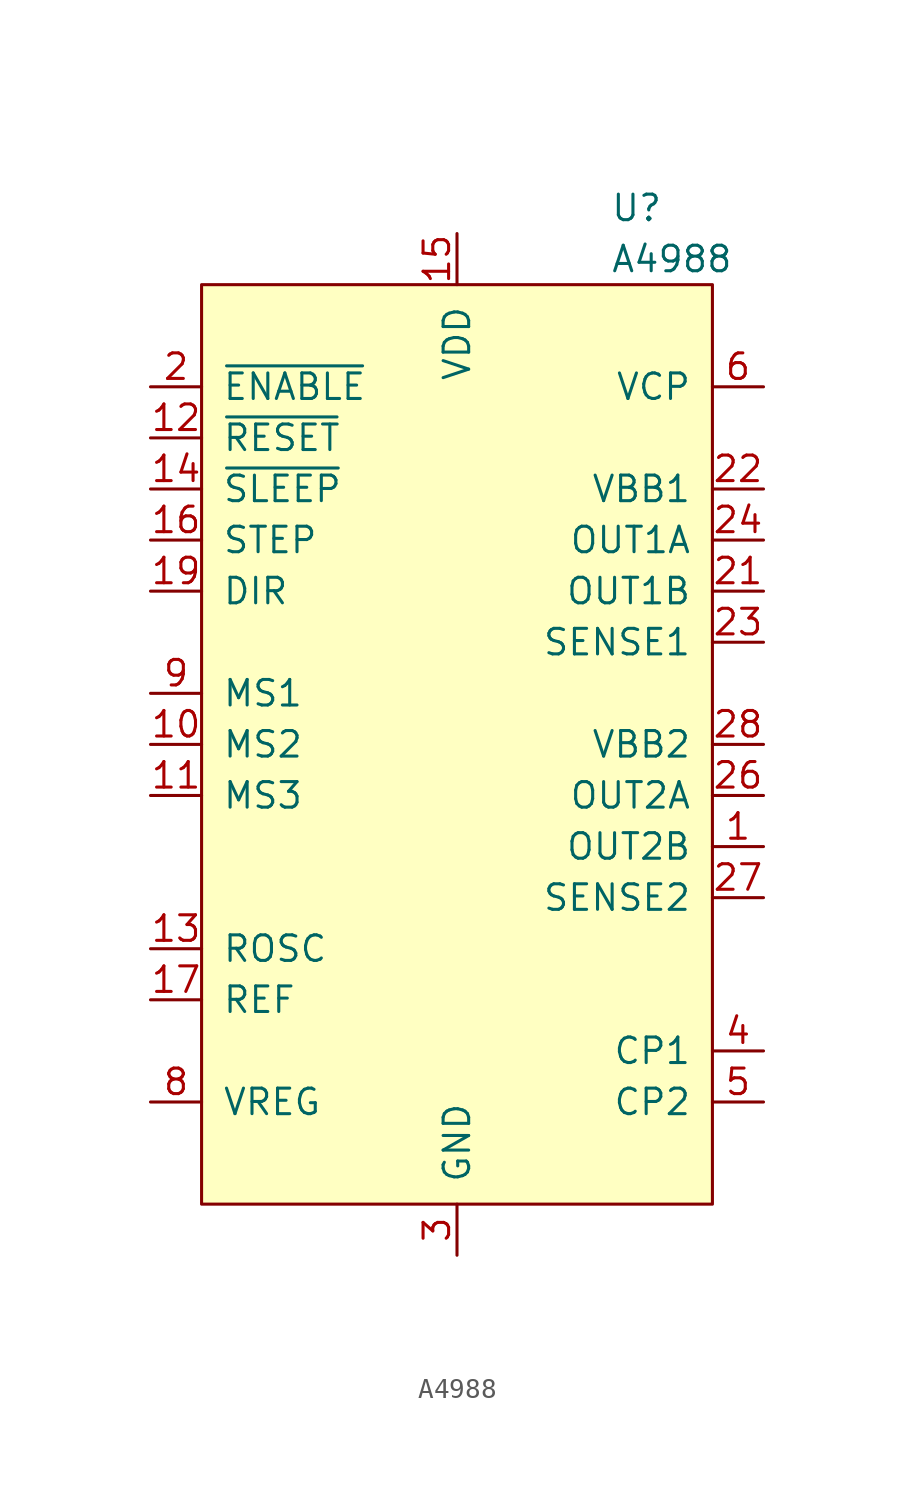
<source format=kicad_sym>
(kicad_symbol_lib
  (version 20241209)
  (generator "kicad_symbol_editor")
  (generator_version "9.0")
  (symbol "A4988"
    (pin_names
      (offset 1.016))
    (property "Reference" "U"
      (at 7.62 26.67 0)
      (effects (font (size 1.27 1.27)) (justify left)))
    (property "Value" "A4988"
      (at 7.62 24.13 0)
      (effects (font (size 1.27 1.27)) (justify left)))
    (symbol "A4988_0_1"
      (rectangle (start -12.7 22.86) (end 12.7 -22.86) (stroke (width 0) (type default)) (fill (type background))))
    (symbol "A4988_1_0"
      (pin input line (at -15.24 15.24 0) (length 2.54) (name "~{RESET}" (effects (font (size 1.27 1.27)))) (number "12" (effects (font (size 1.27 1.27)))))
      (pin input line (at -15.24 12.7 0) (length 2.54) (name "~{SLEEP}" (effects (font (size 1.27 1.27)))) (number "14" (effects (font (size 1.27 1.27)))))
      (pin input line (at -15.24 10.16 0) (length 2.54) (name "STEP" (effects (font (size 1.27 1.27)))) (number "16" (effects (font (size 1.27 1.27)))))
      (pin input line (at -15.24 7.62 0) (length 2.54) (name "DIR" (effects (font (size 1.27 1.27)))) (number "19" (effects (font (size 1.27 1.27)))))
      (pin input line (at -15.24 0 0) (length 2.54) (name "MS2" (effects (font (size 1.27 1.27)))) (number "10" (effects (font (size 1.27 1.27)))))
      (pin input line (at -15.24 -2.54 0) (length 2.54) (name "MS3" (effects (font (size 1.27 1.27)))) (number "11" (effects (font (size 1.27 1.27)))))
      (pin input line (at -15.24 -10.16 0) (length 2.54) (name "ROSC" (effects (font (size 1.27 1.27)))) (number "13" (effects (font (size 1.27 1.27)))))
      (pin input line (at -15.24 -12.7 0) (length 2.54) (name "REF" (effects (font (size 1.27 1.27)))) (number "17" (effects (font (size 1.27 1.27)))))
      (pin power_in line (at 0 25.4 270) (length 2.54) (name "VDD" (effects (font (size 1.27 1.27)))) (number "15" (effects (font (size 1.27 1.27)))))
      (pin power_in line (at 0 -25.4 90) (length 2.54) (hide yes) (name "GND" (effects (font (size 1.27 1.27)))) (number "18" (effects (font (size 1.27 1.27)))))
      (pin power_in line (at 0 -25.4 90) (length 2.54) (hide yes) (name "GND" (effects (font (size 1.27 1.27)))) (number "29" (effects (font (size 1.27 1.27)))))
      (pin no_connect line (at 5.08 -25.4 90) (length 2.54) (hide yes) (name "NC" (effects (font (size 1.27 1.27)))) (number "20" (effects (font (size 1.27 1.27)))))
      (pin no_connect line (at 5.08 -25.4 90) (length 2.54) (hide yes) (name "NC" (effects (font (size 1.27 1.27)))) (number "25" (effects (font (size 1.27 1.27)))))
      (pin no_connect line (at 5.08 -25.4 90) (length 2.54) (hide yes) (name "NC" (effects (font (size 1.27 1.27)))) (number "7" (effects (font (size 1.27 1.27)))))
      (pin power_in line (at 15.24 12.7 180) (length 2.54) (name "VBB1" (effects (font (size 1.27 1.27)))) (number "22" (effects (font (size 1.27 1.27)))))
      (pin power_out line (at 15.24 10.16 180) (length 2.54) (name "OUT1A" (effects (font (size 1.27 1.27)))) (number "24" (effects (font (size 1.27 1.27)))))
      (pin power_out line (at 15.24 7.62 180) (length 2.54) (name "OUT1B" (effects (font (size 1.27 1.27)))) (number "21" (effects (font (size 1.27 1.27)))))
      (pin input line (at 15.24 5.08 180) (length 2.54) (name "SENSE1" (effects (font (size 1.27 1.27)))) (number "23" (effects (font (size 1.27 1.27)))))
      (pin power_in line (at 15.24 0 180) (length 2.54) (name "VBB2" (effects (font (size 1.27 1.27)))) (number "28" (effects (font (size 1.27 1.27)))))
      (pin power_out line (at 15.24 -2.54 180) (length 2.54) (name "OUT2A" (effects (font (size 1.27 1.27)))) (number "26" (effects (font (size 1.27 1.27)))))
      (pin input line (at 15.24 -7.62 180) (length 2.54) (name "SENSE2" (effects (font (size 1.27 1.27)))) (number "27" (effects (font (size 1.27 1.27))))))
    (symbol "A4988_1_1"
      (pin input line (at -15.24 17.78 0) (length 2.54) (name "~{ENABLE}" (effects (font (size 1.27 1.27)))) (number "2" (effects (font (size 1.27 1.27)))))
      (pin input line (at -15.24 2.54 0) (length 2.54) (name "MS1" (effects (font (size 1.27 1.27)))) (number "9" (effects (font (size 1.27 1.27)))))
      (pin output line (at -15.24 -17.78 0) (length 2.54) (name "VREG" (effects (font (size 1.27 1.27)))) (number "8" (effects (font (size 1.27 1.27)))))
      (pin power_in line (at 0 -25.4 90) (length 2.54) (name "GND" (effects (font (size 1.27 1.27)))) (number "3" (effects (font (size 1.27 1.27)))))
      (pin power_in line (at 15.24 17.78 180) (length 2.54) (name "VCP" (effects (font (size 1.27 1.27)))) (number "6" (effects (font (size 1.27 1.27)))))
      (pin power_out line (at 15.24 -5.08 180) (length 2.54) (name "OUT2B" (effects (font (size 1.27 1.27)))) (number "1" (effects (font (size 1.27 1.27)))))
      (pin power_in line (at 15.24 -15.24 180) (length 2.54) (name "CP1" (effects (font (size 1.27 1.27)))) (number "4" (effects (font (size 1.27 1.27)))))
      (pin power_in line (at 15.24 -17.78 180) (length 2.54) (name "CP2" (effects (font (size 1.27 1.27)))) (number "5" (effects (font (size 1.27 1.27))))))))
</source>
